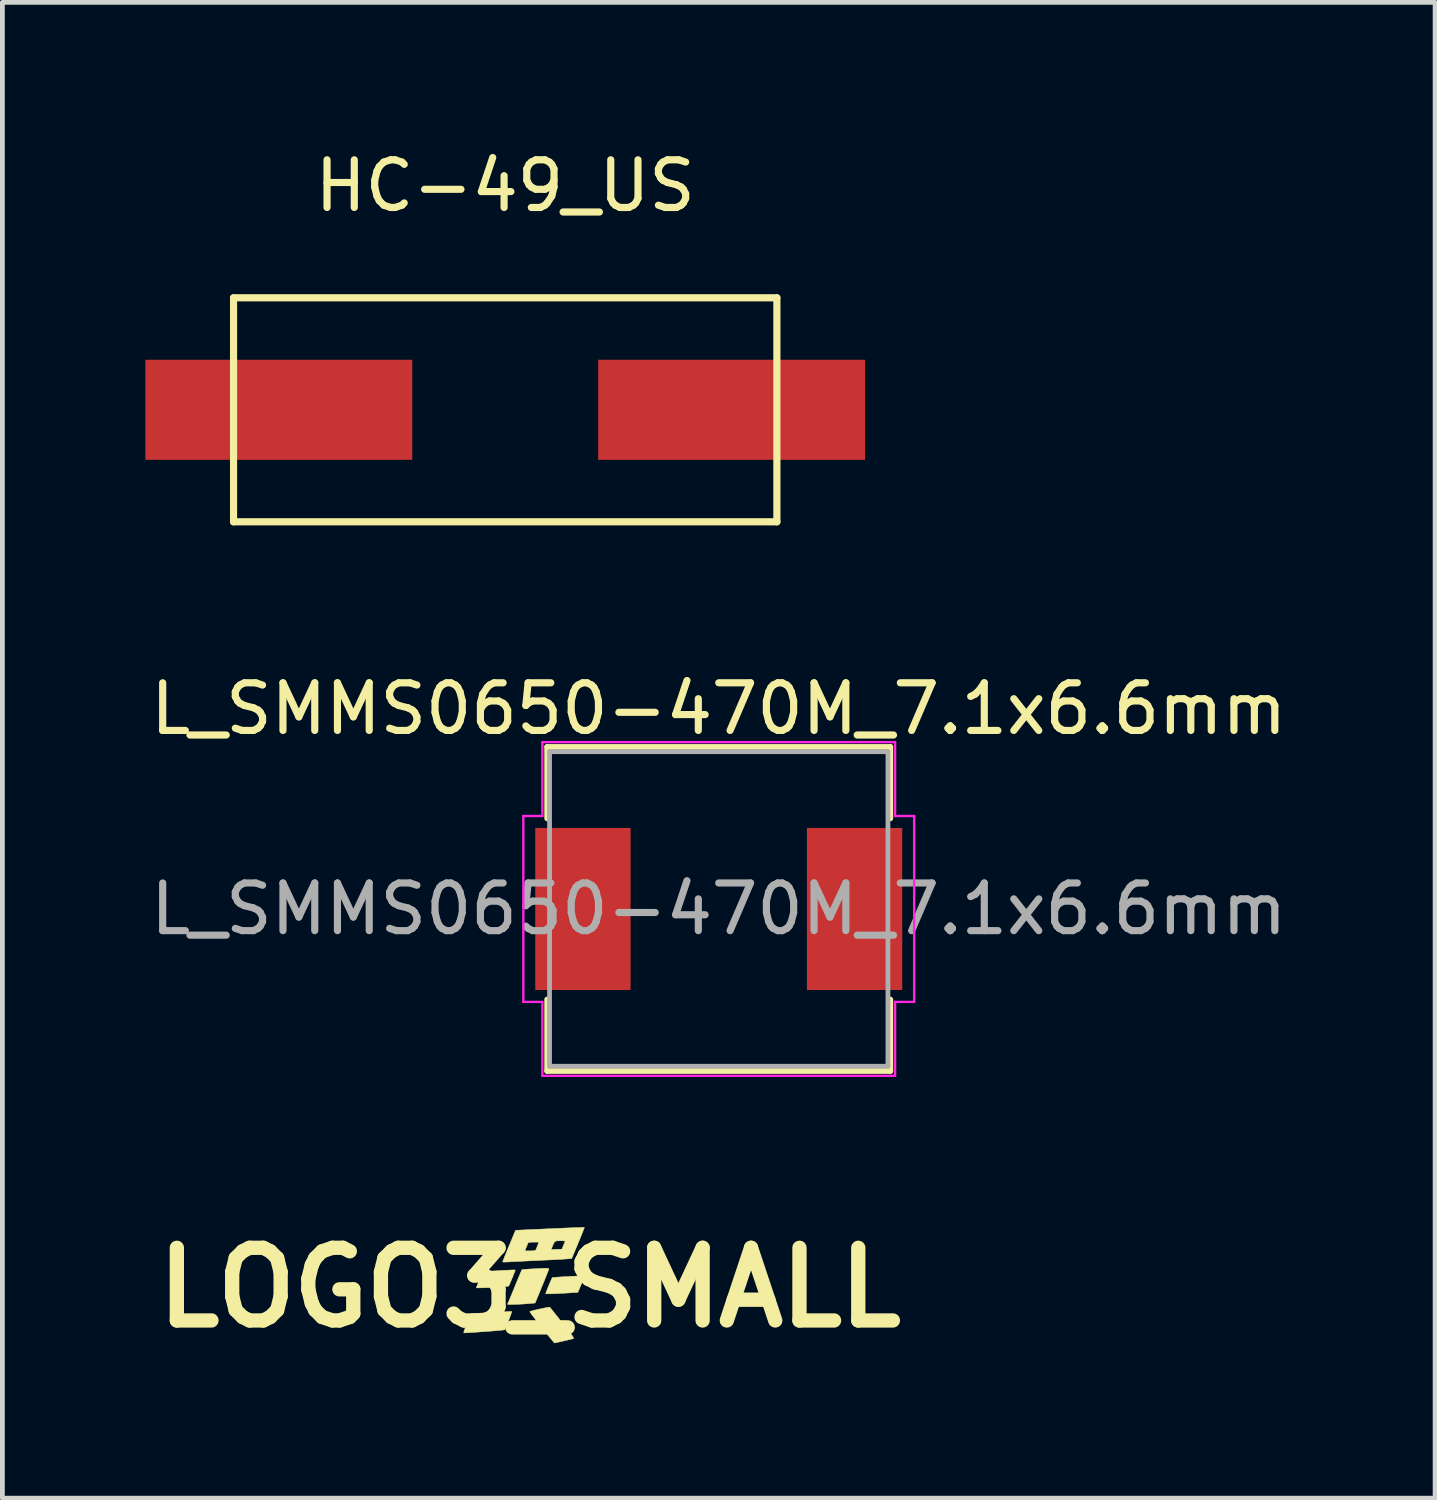
<source format=kicad_pcb>
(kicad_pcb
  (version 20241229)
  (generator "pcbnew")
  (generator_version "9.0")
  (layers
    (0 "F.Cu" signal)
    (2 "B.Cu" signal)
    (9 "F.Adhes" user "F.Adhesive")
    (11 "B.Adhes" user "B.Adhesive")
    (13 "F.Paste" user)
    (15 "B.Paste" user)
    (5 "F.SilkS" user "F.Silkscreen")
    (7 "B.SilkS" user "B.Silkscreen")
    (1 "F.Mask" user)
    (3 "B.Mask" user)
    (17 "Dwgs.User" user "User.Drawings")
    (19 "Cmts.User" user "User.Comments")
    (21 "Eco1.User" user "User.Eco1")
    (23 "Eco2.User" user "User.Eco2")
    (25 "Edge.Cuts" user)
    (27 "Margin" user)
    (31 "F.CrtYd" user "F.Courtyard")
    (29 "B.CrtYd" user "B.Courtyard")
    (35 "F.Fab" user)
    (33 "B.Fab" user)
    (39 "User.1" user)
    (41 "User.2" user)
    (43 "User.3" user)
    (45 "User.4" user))
  (footprint "LOGO3_SMALL"
    (layer "F.Cu")
    (at 8.063 23.965)
    (property "Reference" "LOGO3_SMALL" (at 0 0 0) (layer "F.SilkS") (effects (font (size 1.524 1.524) (thickness 0.3))))
    (attr through_hole)
    (fp_poly (pts (xy 1.149 -0.244) (xy 1.146 -0.23) (xy 1.133 -0.195) (xy 1.113 -0.144) (xy 1.088 -0.082) (xy 1.082 -0.07) (xy 1.011 0.1) (xy 0.867 0.109) (xy 0.719 0.118) (xy 0.593 0.124) (xy 0.491 0.129) (xy 0.414 0.131) (xy 0.363 0.131) (xy 0.338 0.128) (xy 0.336 0.127) (xy 0.341 0.109) (xy 0.355 0.072) (xy 0.375 0.022) (xy 0.398 -0.035) (xy 0.422 -0.093) (xy 0.444 -0.144) (xy 0.462 -0.184) (xy 0.473 -0.206) (xy 0.474 -0.208) (xy 0.49 -0.211) (xy 0.529 -0.214) (xy 0.587 -0.219) (xy 0.658 -0.224) (xy 0.739 -0.229) (xy 0.823 -0.233) (xy 0.907 -0.238) (xy 0.985 -0.241) (xy 1.053 -0.244) (xy 1.106 -0.245) (xy 1.14 -0.245) (xy 1.149 -0.244)) (stroke (width 0.01) (type solid)) (fill yes) (layer "F.SilkS"))
    (fp_poly (pts (xy -0.379 0.502) (xy -0.377 0.502) (xy -0.379 0.516) (xy -0.391 0.551) (xy -0.408 0.601) (xy -0.43 0.659) (xy -0.454 0.721) (xy -0.478 0.78) (xy -0.499 0.831) (xy -0.516 0.868) (xy -0.525 0.885) (xy -0.54 0.888) (xy -0.579 0.892) (xy -0.638 0.898) (xy -0.713 0.905) (xy -0.799 0.912) (xy -0.893 0.919) (xy -0.989 0.926) (xy -1.085 0.933) (xy -1.175 0.939) (xy -1.257 0.945) (xy -1.324 0.948) (xy -1.374 0.951) (xy -1.381 0.951) (xy -1.382 0.939) (xy -1.373 0.904) (xy -1.355 0.852) (xy -1.33 0.784) (xy -1.317 0.75) (xy -1.236 0.549) (xy -0.809 0.522) (xy -0.703 0.516) (xy -0.605 0.51) (xy -0.521 0.506) (xy -0.453 0.503) (xy -0.404 0.501) (xy -0.379 0.502)) (stroke (width 0.01) (type solid)) (fill yes) (layer "F.SilkS"))
    (fp_poly (pts (xy -0.303 -0.369) (xy -0.306 -0.356) (xy -0.318 -0.322) (xy -0.337 -0.275) (xy -0.359 -0.219) (xy -0.383 -0.162) (xy -0.405 -0.109) (xy -0.424 -0.065) (xy -0.437 -0.038) (xy -0.44 -0.033) (xy -0.457 -0.029) (xy -0.496 -0.024) (xy -0.553 -0.019) (xy -0.624 -0.014) (xy -0.704 -0.009) (xy -0.787 -0.004) (xy -0.871 -0.000255) (xy -0.949 0.003) (xy -1.018 0.005) (xy -1.072 0.006) (xy -1.107 0.005) (xy -1.118 0.003) (xy -1.113 -0.013) (xy -1.099 -0.049) (xy -1.08 -0.099) (xy -1.057 -0.156) (xy -1.033 -0.213) (xy -1.012 -0.266) (xy -0.994 -0.307) (xy -0.983 -0.33) (xy -0.982 -0.332) (xy -0.967 -0.335) (xy -0.928 -0.338) (xy -0.871 -0.342) (xy -0.8 -0.347) (xy -0.72 -0.351) (xy -0.636 -0.356) (xy -0.552 -0.361) (xy -0.473 -0.364) (xy -0.404 -0.368) (xy -0.349 -0.37) (xy -0.314 -0.37) (xy -0.303 -0.369)) (stroke (width 0.01) (type solid)) (fill yes) (layer "F.SilkS"))
    (fp_poly (pts (xy 0.375 -0.405) (xy 0.393 -0.402) (xy 0.401 -0.397) (xy 0.402 -0.389) (xy 0.4 -0.382) (xy 0.393 -0.362) (xy 0.376 -0.319) (xy 0.352 -0.258) (xy 0.322 -0.183) (xy 0.287 -0.096) (xy 0.254 -0.016) (xy 0.115 0.323) (xy 0.024 0.332) (xy -0.047 0.338) (xy -0.125 0.344) (xy -0.205 0.348) (xy -0.282 0.351) (xy -0.351 0.353) (xy -0.408 0.354) (xy -0.447 0.353) (xy -0.464 0.35) (xy -0.465 0.349) (xy -0.458 0.333) (xy -0.441 0.295) (xy -0.418 0.238) (xy -0.387 0.165) (xy -0.352 0.079) (xy -0.314 -0.014) (xy -0.313 -0.016) (xy -0.275 -0.109) (xy -0.24 -0.194) (xy -0.21 -0.266) (xy -0.186 -0.323) (xy -0.17 -0.36) (xy -0.163 -0.375) (xy -0.163 -0.375) (xy -0.147 -0.378) (xy -0.108 -0.382) (xy -0.049 -0.386) (xy 0.025 -0.391) (xy 0.11 -0.395) (xy 0.126 -0.396) (xy 0.221 -0.401) (xy 0.292 -0.404) (xy 0.342 -0.406) (xy 0.375 -0.405)) (stroke (width 0.01) (type solid)) (fill yes) (layer "F.SilkS"))
    (fp_poly (pts (xy 0.422 0.412) (xy 0.432 0.425) (xy 0.459 0.457) (xy 0.498 0.506) (xy 0.547 0.568) (xy 0.606 0.641) (xy 0.67 0.722) (xy 0.686 0.742) (xy 0.762 0.838) (xy 0.822 0.914) (xy 0.866 0.973) (xy 0.896 1.015) (xy 0.914 1.044) (xy 0.921 1.062) (xy 0.919 1.069) (xy 0.918 1.07) (xy 0.891 1.077) (xy 0.846 1.088) (xy 0.788 1.102) (xy 0.724 1.117) (xy 0.66 1.132) (xy 0.601 1.145) (xy 0.555 1.155) (xy 0.527 1.161) (xy 0.521 1.162) (xy 0.511 1.151) (xy 0.485 1.121) (xy 0.446 1.074) (xy 0.396 1.013) (xy 0.338 0.941) (xy 0.273 0.861) (xy 0.254 0.836) (xy 0.188 0.754) (xy 0.13 0.679) (xy 0.08 0.613) (xy 0.04 0.561) (xy 0.014 0.524) (xy 0.002 0.505) (xy 0.002 0.504) (xy 0.02 0.497) (xy 0.058 0.486) (xy 0.111 0.472) (xy 0.174 0.458) (xy 0.24 0.443) (xy 0.304 0.43) (xy 0.359 0.419) (xy 0.4 0.413) (xy 0.421 0.411) (xy 0.422 0.412)) (stroke (width 0.01) (type solid)) (fill yes) (layer "F.SilkS"))
    (fp_poly (pts (xy 1.147 -1.262) (xy 1.143 -1.249) (xy 1.129 -1.212) (xy 1.108 -1.157) (xy 1.08 -1.087) (xy 1.046 -1.005) (xy 1.019 -0.94) (xy 0.983 -0.851) (xy 0.949 -0.771) (xy 0.921 -0.704) (xy 0.9 -0.652) (xy 0.887 -0.621) (xy 0.883 -0.612) (xy 0.869 -0.609) (xy 0.829 -0.605) (xy 0.767 -0.601) (xy 0.685 -0.595) (xy 0.587 -0.59) (xy 0.475 -0.584) (xy 0.352 -0.578) (xy 0.272 -0.574) (xy 0.139 -0.568) (xy 0.011 -0.562) (xy -0.11 -0.556) (xy -0.218 -0.55) (xy -0.311 -0.546) (xy -0.385 -0.542) (xy -0.436 -0.539) (xy -0.451 -0.538) (xy -0.504 -0.536) (xy -0.545 -0.536) (xy -0.566 -0.539) (xy -0.567 -0.54) (xy -0.562 -0.556) (xy -0.547 -0.593) (xy -0.525 -0.65) (xy -0.496 -0.721) (xy -0.475 -0.77) (xy -0.101 -0.77) (xy 0.01 -0.77) (xy 0.076 -0.773) (xy 0.115 -0.779) (xy 0.128 -0.788) (xy 0.132 -0.798) (xy 0.45 -0.798) (xy 0.564 -0.802) (xy 0.677 -0.806) (xy 0.711 -0.889) (xy 0.729 -0.933) (xy 0.741 -0.965) (xy 0.745 -0.977) (xy 0.732 -0.98) (xy 0.698 -0.981) (xy 0.649 -0.982) (xy 0.641 -0.982) (xy 0.584 -0.981) (xy 0.547 -0.975) (xy 0.522 -0.959) (xy 0.503 -0.926) (xy 0.48 -0.873) (xy 0.48 -0.872) (xy 0.45 -0.798) (xy 0.132 -0.798) (xy 0.137 -0.81) (xy 0.153 -0.849) (xy 0.165 -0.88) (xy 0.194 -0.954) (xy 0.083 -0.954) (xy 0.017 -0.952) (xy -0.022 -0.945) (xy -0.035 -0.936) (xy -0.044 -0.914) (xy -0.059 -0.875) (xy -0.072 -0.845) (xy -0.101 -0.77) (xy -0.475 -0.77) (xy -0.461 -0.805) (xy -0.432 -0.876) (xy -0.296 -1.202) (xy 0.423 -1.235) (xy 0.563 -1.241) (xy 0.693 -1.247) (xy 0.813 -1.252) (xy 0.918 -1.256) (xy 1.007 -1.259) (xy 1.076 -1.261) (xy 1.123 -1.263) (xy 1.145 -1.263) (xy 1.147 -1.262)) (stroke (width 0.01) (type solid)) (fill yes) (layer "F.SilkS")))
  (footprint "L_SMMS0650-470M_7.1x6.6mm"
    (layer "F.Cu")
    (at 12.03 16.021)
    (property "Reference" "L_SMMS0650-470M_7.1x6.6mm" (at 0 -4.2 0) (layer "F.SilkS") (effects (font (size 1 1) (thickness 0.15))))
    (attr smd)
    (fp_line (start -3.6 -3.4) (end 3.6 -3.4) (stroke (width 0.12) (type solid)) (layer "F.SilkS"))
    (fp_line (start -3.6 -1.9) (end -3.6 -3.4) (stroke (width 0.12) (type solid)) (layer "F.SilkS"))
    (fp_line (start -3.6 3.4) (end -3.6 1.9) (stroke (width 0.12) (type solid)) (layer "F.SilkS"))
    (fp_line (start 3.6 -3.4) (end 3.6 -1.9) (stroke (width 0.12) (type solid)) (layer "F.SilkS"))
    (fp_line (start 3.6 1.9) (end 3.6 3.4) (stroke (width 0.12) (type solid)) (layer "F.SilkS"))
    (fp_line (start 3.6 3.4) (end -3.6 3.4) (stroke (width 0.12) (type solid)) (layer "F.SilkS"))
    (fp_line (start -4.1 -1.95) (end -3.7 -1.95) (stroke (width 0.05) (type solid)) (layer "F.CrtYd"))
    (fp_line (start -4.1 1.95) (end -4.1 -1.95) (stroke (width 0.05) (type solid)) (layer "F.CrtYd"))
    (fp_line (start -3.7 -3.5) (end 3.7 -3.5) (stroke (width 0.05) (type solid)) (layer "F.CrtYd"))
    (fp_line (start -3.7 -1.95) (end -3.7 -3.5) (stroke (width 0.05) (type solid)) (layer "F.CrtYd"))
    (fp_line (start -3.7 1.95) (end -4.1 1.95) (stroke (width 0.05) (type solid)) (layer "F.CrtYd"))
    (fp_line (start -3.7 3.5) (end -3.7 1.95) (stroke (width 0.05) (type solid)) (layer "F.CrtYd"))
    (fp_line (start 3.7 -3.5) (end 3.7 -1.95) (stroke (width 0.05) (type solid)) (layer "F.CrtYd"))
    (fp_line (start 3.7 -1.95) (end 4.1 -1.95) (stroke (width 0.05) (type solid)) (layer "F.CrtYd"))
    (fp_line (start 3.7 1.95) (end 3.7 3.5) (stroke (width 0.05) (type solid)) (layer "F.CrtYd"))
    (fp_line (start 3.7 3.5) (end -3.7 3.5) (stroke (width 0.05) (type solid)) (layer "F.CrtYd"))
    (fp_line (start 4.1 -1.95) (end 4.1 1.95) (stroke (width 0.05) (type solid)) (layer "F.CrtYd"))
    (fp_line (start 4.1 1.95) (end 3.7 1.95) (stroke (width 0.05) (type solid)) (layer "F.CrtYd"))
    (fp_line (start -3.55 -3.3) (end 3.55 -3.3) (stroke (width 0.1) (type solid)) (layer "F.Fab"))
    (fp_line (start -3.55 3.3) (end -3.55 -3.3) (stroke (width 0.1) (type solid)) (layer "F.Fab"))
    (fp_line (start 3.55 -3.3) (end 3.55 3.3) (stroke (width 0.1) (type solid)) (layer "F.Fab"))
    (fp_line (start 3.55 3.3) (end -3.55 3.3) (stroke (width 0.1) (type solid)) (layer "F.Fab"))
    (fp_text user "${REFERENCE}" (at 0 0 0) (layer "F.Fab") (effects (font (size 1 1) (thickness 0.15))))
    (pad "1" smd rect (at -2.85 0) (size 2 3.4) (layers "F.Cu" "F.Mask" "F.Paste"))
    (pad "2" smd rect (at 2.85 0) (size 2 3.4) (layers "F.Cu" "F.Mask" "F.Paste")))
  (footprint "HC-49_US"
    (layer "F.Cu")
    (at 7.55 5.548)
    (property "Reference" "HC-49_US" (at 0 -4.7 0) (layer "F.SilkS") (effects (font (size 1 1) (thickness 0.15))))
    (attr through_hole)
    (fp_line (start -5.7 -2.35) (end -5.7 2.35) (stroke (width 0.15) (type solid)) (layer "F.SilkS"))
    (fp_line (start -5.7 2.35) (end 5.7 2.35) (stroke (width 0.15) (type solid)) (layer "F.SilkS"))
    (fp_line (start 5.7 -2.35) (end -5.7 -2.35) (stroke (width 0.15) (type solid)) (layer "F.SilkS"))
    (fp_line (start 5.7 2.35) (end 5.7 -2.35) (stroke (width 0.15) (type solid)) (layer "F.SilkS"))
    (pad "1" smd rect (at -4.75 0) (size 5.6 2.1) (layers "F.Cu" "F.Mask" "F.Paste"))
    (pad "2" smd rect (at 4.75 0) (size 5.6 2.1) (layers "F.Cu" "F.Mask" "F.Paste")))
  (gr_rect
    (start -3 -3)
    (end 27.06 28.383)
    (stroke (width 0.1) (type default))
    (fill no)
    (layer "Edge.Cuts")))
</source>
